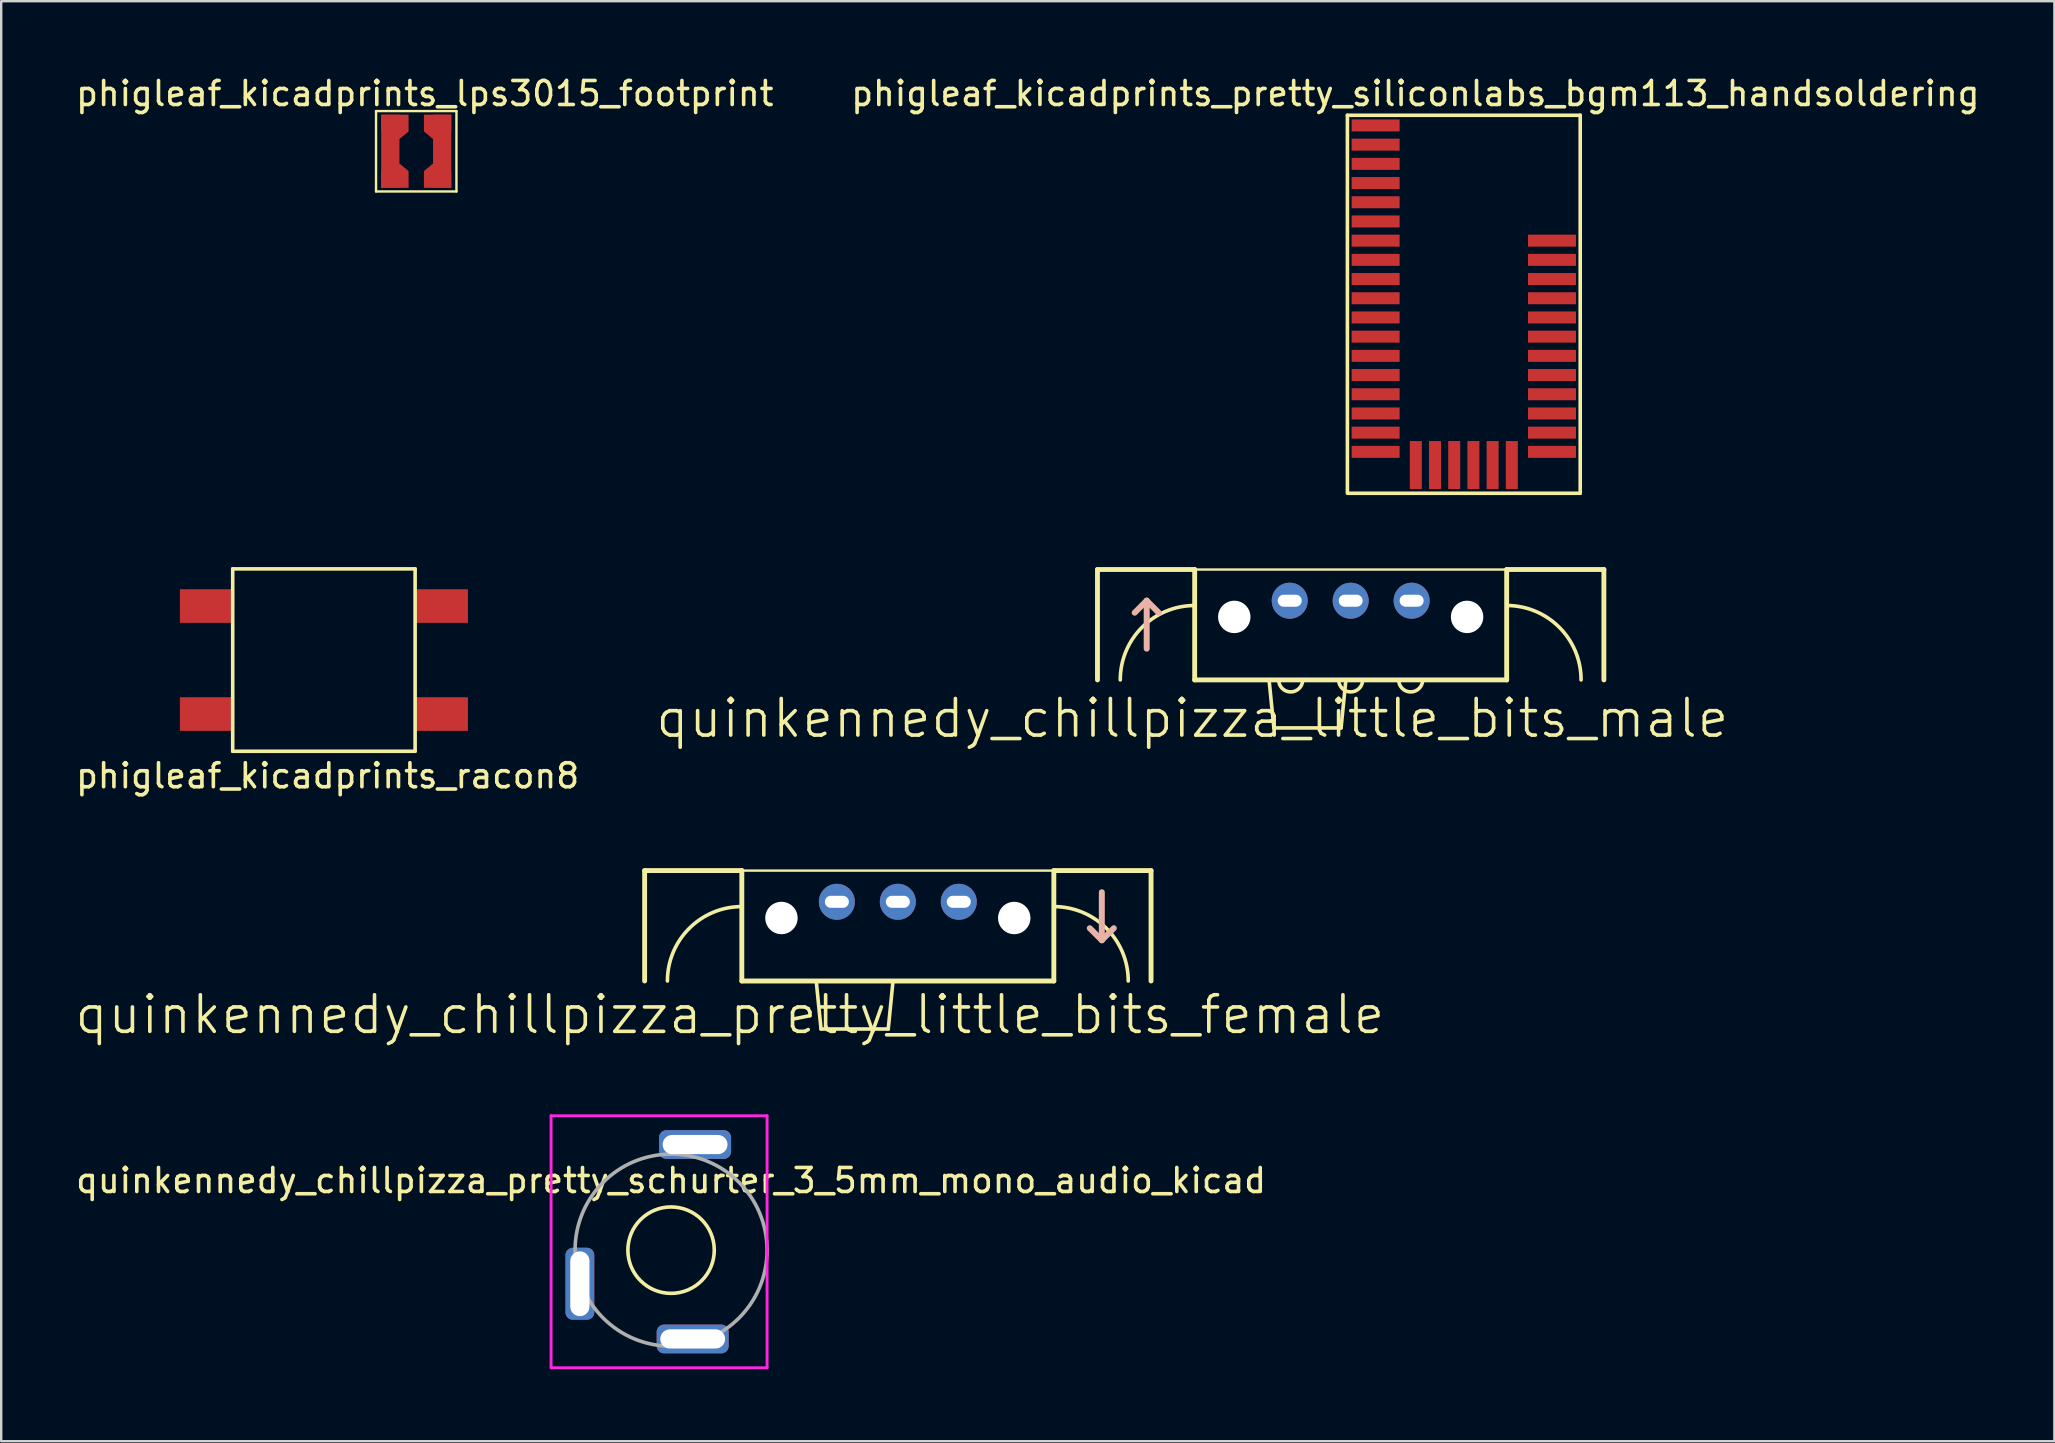
<source format=kicad_pcb>
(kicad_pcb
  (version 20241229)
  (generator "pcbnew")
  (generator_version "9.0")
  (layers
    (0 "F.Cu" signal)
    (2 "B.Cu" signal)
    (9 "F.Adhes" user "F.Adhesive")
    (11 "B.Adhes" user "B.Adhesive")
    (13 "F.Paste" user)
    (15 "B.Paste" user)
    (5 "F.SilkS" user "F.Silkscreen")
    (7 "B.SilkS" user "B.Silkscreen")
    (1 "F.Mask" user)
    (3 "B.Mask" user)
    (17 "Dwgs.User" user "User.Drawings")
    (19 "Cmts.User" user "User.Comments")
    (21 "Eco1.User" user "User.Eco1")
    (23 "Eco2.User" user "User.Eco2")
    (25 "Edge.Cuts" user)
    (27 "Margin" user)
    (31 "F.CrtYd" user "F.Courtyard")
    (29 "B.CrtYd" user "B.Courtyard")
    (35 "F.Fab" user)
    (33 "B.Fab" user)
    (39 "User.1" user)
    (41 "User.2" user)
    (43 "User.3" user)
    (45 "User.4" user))
  (footprint "phigleaf_kicadprints_lps3015_footprint"
    (layer "F.Cu")
    (at 14.293 3.253)
    (property "Reference" "phigleaf_kicadprints_lps3015_footprint" (at 0.356 -2.405 0) (layer "F.SilkS") (effects (font (size 1 1) (thickness 0.15))))
    (attr through_hole)
    (fp_line (start -1.675 -1.675) (end -1.675 1.675) (stroke (width 0.1) (type solid)) (layer "F.SilkS"))
    (fp_line (start -1.675 -1.675) (end 1.675 -1.675) (stroke (width 0.1) (type solid)) (layer "F.SilkS"))
    (fp_line (start -1.675 1.675) (end 1.675 1.675) (stroke (width 0.1) (type solid)) (layer "F.SilkS"))
    (fp_line (start 1.675 -1.675) (end 1.675 1.675) (stroke (width 0.1) (type solid)) (layer "F.SilkS"))
    (pad "1" smd rect (at -1.08 0) (size 0.76 3.05) (layers "F.Cu" "F.Mask" "F.Paste"))
    (pad "1" smd rect (at -0.89 -1.175) (size 1.14 0.7) (layers "F.Cu" "F.Mask" "F.Paste"))
    (pad "1" smd rect (at -0.89 1.175) (size 1.14 0.7) (layers "F.Cu" "F.Mask" "F.Paste"))
    (pad "1" smd rect (at -0.668 -0.857 39.657) (size 0.494 0.494) (layers "F.Cu" "F.Mask" "F.Paste"))
    (pad "1" smd rect (at -0.668 0.857 320.343) (size 0.494 0.494) (layers "F.Cu" "F.Mask" "F.Paste"))
    (pad "2" smd rect (at 0.668 -0.857 320.343) (size 0.494 0.494) (layers "F.Cu" "F.Mask" "F.Paste"))
    (pad "2" smd rect (at 0.668 0.857 39.657) (size 0.494 0.494) (layers "F.Cu" "F.Mask" "F.Paste"))
    (pad "2" smd rect (at 0.89 -1.175) (size 1.14 0.7) (layers "F.Cu" "F.Mask" "F.Paste"))
    (pad "2" smd rect (at 0.89 1.175) (size 1.14 0.7) (layers "F.Cu" "F.Mask" "F.Paste"))
    (pad "2" smd rect (at 1.08 0) (size 0.76 3.05) (layers "F.Cu" "F.Mask" "F.Paste")))
  (footprint "phigleaf_kicadprints_pretty_siliconlabs_bgm113_handsoldering"
    (layer "F.Cu")
    (at 57.941 8.977)
    (property "Reference" "phigleaf_kicadprints_pretty_siliconlabs_bgm113_handsoldering" (at -2.018 -8.129 0) (layer "F.SilkS") (effects (font (size 1 1) (thickness 0.15))))
    (attr through_hole)
    (fp_line (start -4.85 -7.225) (end -4.85 8.474) (stroke (width 0.15) (type solid)) (layer "F.SilkS"))
    (fp_line (start -4.85 -7.225) (end 4.85 -7.225) (stroke (width 0.15) (type solid)) (layer "F.SilkS"))
    (fp_line (start -4.85 8.525) (end 4.85 8.525) (stroke (width 0.15) (type solid)) (layer "F.SilkS"))
    (fp_line (start 4.85 -7.225) (end 4.85 8.525) (stroke (width 0.15) (type solid)) (layer "F.SilkS"))
    (pad "1" smd rect (at -3.675 -6.8) (size 2 0.5) (layers "F.Cu" "F.Mask" "F.Paste"))
    (pad "2" smd rect (at -3.675 -6) (size 2 0.5) (layers "F.Cu" "F.Mask" "F.Paste"))
    (pad "3" smd rect (at -3.675 -5.2) (size 2 0.5) (layers "F.Cu" "F.Mask" "F.Paste"))
    (pad "4" smd rect (at -3.675 -4.4) (size 2 0.5) (layers "F.Cu" "F.Mask" "F.Paste"))
    (pad "5" smd rect (at -3.675 -3.6) (size 2 0.5) (layers "F.Cu" "F.Mask" "F.Paste"))
    (pad "6" smd rect (at -3.675 -2.8) (size 2 0.5) (layers "F.Cu" "F.Mask" "F.Paste"))
    (pad "7" smd rect (at -3.675 -2) (size 2 0.5) (layers "F.Cu" "F.Mask" "F.Paste"))
    (pad "8" smd rect (at -3.675 -1.2) (size 2 0.5) (layers "F.Cu" "F.Mask" "F.Paste"))
    (pad "9" smd rect (at -3.675 -0.4) (size 2 0.5) (layers "F.Cu" "F.Mask" "F.Paste"))
    (pad "10" smd rect (at -3.675 0.4) (size 2 0.5) (layers "F.Cu" "F.Mask" "F.Paste"))
    (pad "11" smd rect (at -3.675 1.2) (size 2 0.5) (layers "F.Cu" "F.Mask" "F.Paste"))
    (pad "12" smd rect (at -3.675 2) (size 2 0.5) (layers "F.Cu" "F.Mask" "F.Paste"))
    (pad "13" smd rect (at -3.675 2.8) (size 2 0.5) (layers "F.Cu" "F.Mask" "F.Paste"))
    (pad "14" smd rect (at -3.675 3.6) (size 2 0.5) (layers "F.Cu" "F.Mask" "F.Paste"))
    (pad "15" smd rect (at -3.675 4.4) (size 2 0.5) (layers "F.Cu" "F.Mask" "F.Paste"))
    (pad "16" smd rect (at -3.675 5.2) (size 2 0.5) (layers "F.Cu" "F.Mask" "F.Paste"))
    (pad "17" smd rect (at -3.675 6) (size 2 0.5) (layers "F.Cu" "F.Mask" "F.Paste"))
    (pad "18" smd rect (at -3.675 6.8) (size 2 0.5) (layers "F.Cu" "F.Mask" "F.Paste"))
    (pad "19" smd rect (at -2 7.35 90) (size 2 0.5) (layers "F.Cu" "F.Mask" "F.Paste"))
    (pad "20" smd rect (at -1.2 7.35 90) (size 2 0.5) (layers "F.Cu" "F.Mask" "F.Paste"))
    (pad "21" smd rect (at -0.4 7.35 90) (size 2 0.5) (layers "F.Cu" "F.Mask" "F.Paste"))
    (pad "22" smd rect (at 0.4 7.35 90) (size 2 0.5) (layers "F.Cu" "F.Mask" "F.Paste"))
    (pad "23" smd rect (at 1.2 7.35 90) (size 2 0.5) (layers "F.Cu" "F.Mask" "F.Paste"))
    (pad "24" smd rect (at 2 7.35 90) (size 2 0.5) (layers "F.Cu" "F.Mask" "F.Paste"))
    (pad "25" smd rect (at 3.675 6.8) (size 2 0.5) (layers "F.Cu" "F.Mask" "F.Paste"))
    (pad "26" smd rect (at 3.675 6) (size 2 0.5) (layers "F.Cu" "F.Mask" "F.Paste"))
    (pad "27" smd rect (at 3.675 5.2) (size 2 0.5) (layers "F.Cu" "F.Mask" "F.Paste"))
    (pad "28" smd rect (at 3.675 4.4) (size 2 0.5) (layers "F.Cu" "F.Mask" "F.Paste"))
    (pad "29" smd rect (at 3.675 3.6) (size 2 0.5) (layers "F.Cu" "F.Mask" "F.Paste"))
    (pad "30" smd rect (at 3.675 2.8) (size 2 0.5) (layers "F.Cu" "F.Mask" "F.Paste"))
    (pad "31" smd rect (at 3.675 2) (size 2 0.5) (layers "F.Cu" "F.Mask" "F.Paste"))
    (pad "32" smd rect (at 3.675 1.2) (size 2 0.5) (layers "F.Cu" "F.Mask" "F.Paste"))
    (pad "33" smd rect (at 3.675 0.4) (size 2 0.5) (layers "F.Cu" "F.Mask" "F.Paste"))
    (pad "34" smd rect (at 3.675 -0.4) (size 2 0.5) (layers "F.Cu" "F.Mask" "F.Paste"))
    (pad "35" smd rect (at 3.675 -1.2) (size 2 0.5) (layers "F.Cu" "F.Mask" "F.Paste"))
    (pad "36" smd rect (at 3.675 -2) (size 2 0.5) (layers "F.Cu" "F.Mask" "F.Paste")))
  (footprint "quinkennedy_chillpizza_pretty_schurter_3_5mm_mono_audio_kicad"
    (layer "F.Cu")
    (at 24.911 49.039)
    (property "Reference" "quinkennedy_chillpizza_pretty_schurter_3_5mm_mono_audio_kicad" (at 0 -2.9 0) (layer "F.SilkS") (effects (font (size 1 1) (thickness 0.15))))
    (attr through_hole)
    (fp_circle (center 0 0) (end 1.8 0) (stroke (width 0.15) (type solid)) (fill no) (layer "F.SilkS"))
    (fp_line (start -5 -5.6) (end 4 -5.6) (stroke (width 0.12) (type solid)) (layer "F.CrtYd"))
    (fp_line (start -5 4.9) (end -5 -5.6) (stroke (width 0.12) (type solid)) (layer "F.CrtYd"))
    (fp_line (start 4 -5.6) (end 4 4.9) (stroke (width 0.12) (type solid)) (layer "F.CrtYd"))
    (fp_line (start 4 4.9) (end -5 4.9) (stroke (width 0.12) (type solid)) (layer "F.CrtYd"))
    (fp_circle (center 0 0) (end 4 0) (stroke (width 0.15) (type solid)) (fill no) (layer "F.Fab"))
    (pad "S" thru_hole roundrect (at 0.9 3.7) (size 3 1.2) (drill oval 2.7 0.8) (layers "*.Cu" "*.Mask") (roundrect_rratio 0.25))
    (pad "T" thru_hole roundrect (at 1 -4.4) (size 3 1.2) (drill oval 2.7 0.8) (layers "*.Cu" "*.Mask") (roundrect_rratio 0.25))
    (pad "TN" thru_hole roundrect (at -3.8 1.4 90) (size 3 1.2) (drill oval 2.7 0.8) (layers "*.Cu" "*.Mask") (roundrect_rratio 0.25)))
  (footprint "phigleaf_kicadprints_racon8"
    (layer "F.Cu")
    (at 10.446 24.452)
    (property "Reference" "phigleaf_kicadprints_racon8" (at 0.155 4.822 0) (layer "F.SilkS") (effects (font (size 1 1) (thickness 0.15))))
    (attr through_hole)
    (fp_line (start -3.8 -3.8) (end -3.8 3.8) (stroke (width 0.15) (type solid)) (layer "F.SilkS"))
    (fp_line (start -3.8 -3.8) (end 3.8 -3.8) (stroke (width 0.15) (type solid)) (layer "F.SilkS"))
    (fp_line (start -3.8 3.8) (end 3.8 3.8) (stroke (width 0.15) (type solid)) (layer "F.SilkS"))
    (fp_line (start 3.8 -3.8) (end 3.8 3.8) (stroke (width 0.15) (type solid)) (layer "F.SilkS"))
    (pad "1" smd rect (at -4.9 -2.25) (size 2.2 1.4) (layers "F.Cu" "F.Mask" "F.Paste"))
    (pad "1" smd rect (at 4.9 -2.25) (size 2.2 1.4) (layers "F.Cu" "F.Mask" "F.Paste"))
    (pad "2" smd rect (at -4.9 2.25) (size 2.2 1.4) (layers "F.Cu" "F.Mask" "F.Paste"))
    (pad "2" smd rect (at 4.9 2.25) (size 2.2 1.4) (layers "F.Cu" "F.Mask" "F.Paste")))
  (footprint "quinkennedy_chillpizza_pretty_little_bits_female"
    (layer "F.Cu")
    (at 34.359 37.824)
    (property "Reference" "quinkennedy_chillpizza_pretty_little_bits_female" (at -7 1.4 0) (layer "F.SilkS") (effects (font (size 1.524 1.524) (thickness 0.15))))
    (attr smd)
    (fp_line (start -10.55 -4.6) (end -10.55 0) (stroke (width 0.203) (type solid)) (layer "F.SilkS"))
    (fp_line (start -10.55 -4.6) (end 10.55 -4.6) (stroke (width 0.1) (type solid)) (layer "F.SilkS"))
    (fp_line (start -6.5 -4.6) (end -10.55 -4.6) (stroke (width 0.203) (type solid)) (layer "F.SilkS"))
    (fp_line (start -6.5 -4.6) (end -6.5 0) (stroke (width 0.203) (type solid)) (layer "F.SilkS"))
    (fp_line (start -3.2 2) (end -3.4 0) (stroke (width 0.15) (type solid)) (layer "F.SilkS"))
    (fp_line (start -0.4 2) (end -3.2 2) (stroke (width 0.15) (type solid)) (layer "F.SilkS"))
    (fp_line (start -0.2 0) (end -0.4 2) (stroke (width 0.15) (type solid)) (layer "F.SilkS"))
    (fp_line (start 6.5 0) (end -6.5 0) (stroke (width 0.203) (type solid)) (layer "F.SilkS"))
    (fp_line (start 6.5 0) (end 6.5 -4.6) (stroke (width 0.203) (type solid)) (layer "F.SilkS"))
    (fp_line (start 10.55 -4.6) (end 6.5 -4.6) (stroke (width 0.203) (type solid)) (layer "F.SilkS"))
    (fp_line (start 10.55 -4.6) (end 10.55 0) (stroke (width 0.203) (type solid)) (layer "F.SilkS"))
    (fp_arc (start -9.6 0) (mid -8.692031 -2.192031) (end -6.5 -3.1) (stroke (width 0.15) (type solid)) (layer "F.SilkS"))
    (fp_arc (start 6.5 -3.1) (mid 8.692031 -2.192031) (end 9.6 0) (stroke (width 0.15) (type solid)) (layer "F.SilkS"))
    (fp_line (start 8.499 -1.699) (end 7.998 -2.199) (stroke (width 0.249) (type solid)) (layer "B.SilkS"))
    (fp_line (start 8.499 -1.699) (end 8.499 -3.698) (stroke (width 0.249) (type solid)) (layer "B.SilkS"))
    (fp_line (start 8.999 -2.199) (end 8.499 -1.699) (stroke (width 0.249) (type solid)) (layer "B.SilkS"))
    (pad "" np_thru_hole circle (at -4.85 -2.625) (size 1.35 1.35) (drill 1.35) (layers "*.Cu" "*.Mask"))
    (pad "" np_thru_hole circle (at 4.85 -2.625) (size 1.35 1.35) (drill 1.35) (layers "*.Cu" "*.Mask"))
    (pad "SIG" thru_hole circle (at 0 -3.3) (size 1.5 1.5) (drill oval 1 0.5) (layers "*.Cu" "*.Mask"))
    (pad "V+" thru_hole circle (at 2.54 -3.3) (size 1.5 1.5) (drill oval 1 0.5) (layers "*.Cu" "*.Mask"))
    (pad "V-" thru_hole circle (at -2.54 -3.3) (size 1.5 1.5) (drill oval 1 0.5) (layers "*.Cu" "*.Mask")))
  (footprint "quinkennedy_chillpizza_little_bits_male"
    (layer "F.Cu")
    (at 53.227 25.279)
    (property "Reference" "quinkennedy_chillpizza_little_bits_male" (at -6.6 1.6 0) (layer "F.SilkS") (effects (font (size 1.524 1.524) (thickness 0.15))))
    (attr smd)
    (fp_line (start -10.55 -4.6) (end -10.55 0) (stroke (width 0.203) (type solid)) (layer "F.SilkS"))
    (fp_line (start -10.55 -4.6) (end 10.55 -4.6) (stroke (width 0.1) (type solid)) (layer "F.SilkS"))
    (fp_line (start -6.5 -4.6) (end -10.55 -4.6) (stroke (width 0.203) (type solid)) (layer "F.SilkS"))
    (fp_line (start -6.5 -4.6) (end -6.5 0) (stroke (width 0.203) (type solid)) (layer "F.SilkS"))
    (fp_line (start -3.2 2) (end -3.4 0) (stroke (width 0.15) (type solid)) (layer "F.SilkS"))
    (fp_line (start -0.4 2) (end -3.2 2) (stroke (width 0.15) (type solid)) (layer "F.SilkS"))
    (fp_line (start -0.2 0) (end -0.4 2) (stroke (width 0.15) (type solid)) (layer "F.SilkS"))
    (fp_line (start 6.5 0) (end -6.5 0) (stroke (width 0.203) (type solid)) (layer "F.SilkS"))
    (fp_line (start 6.5 0) (end 6.5 -4.6) (stroke (width 0.203) (type solid)) (layer "F.SilkS"))
    (fp_line (start 10.55 -4.6) (end 6.5 -4.6) (stroke (width 0.203) (type solid)) (layer "F.SilkS"))
    (fp_line (start 10.55 -4.6) (end 10.55 0) (stroke (width 0.203) (type solid)) (layer "F.SilkS"))
    (fp_arc (start -9.6 0) (mid -8.692031 -2.192031) (end -6.5 -3.1) (stroke (width 0.15) (type solid)) (layer "F.SilkS"))
    (fp_arc (start -2 0) (mid -2.5 0.5) (end -3 0) (stroke (width 0.15) (type solid)) (layer "F.SilkS"))
    (fp_arc (start 0.5 0) (mid 0 0.5) (end -0.5 0) (stroke (width 0.15) (type solid)) (layer "F.SilkS"))
    (fp_arc (start 3 0) (mid 2.5 0.5) (end 2 0) (stroke (width 0.15) (type solid)) (layer "F.SilkS"))
    (fp_arc (start 6.5 -3.1) (mid 8.692031 -2.192031) (end 9.6 0) (stroke (width 0.15) (type solid)) (layer "F.SilkS"))
    (fp_line (start -8.999 -2.801) (end -8.499 -3.301) (stroke (width 0.249) (type solid)) (layer "B.SilkS"))
    (fp_line (start -8.499 -3.301) (end -8.499 -1.302) (stroke (width 0.249) (type solid)) (layer "B.SilkS"))
    (fp_line (start -8.499 -3.301) (end -7.998 -2.801) (stroke (width 0.249) (type solid)) (layer "B.SilkS"))
    (pad "" np_thru_hole circle (at -4.85 -2.625) (size 1.35 1.35) (drill 1.35) (layers "*.Cu" "*.Mask"))
    (pad "" np_thru_hole circle (at 4.85 -2.625) (size 1.35 1.35) (drill 1.35) (layers "*.Cu" "*.Mask"))
    (pad "SIG" thru_hole circle (at 0 -3.3) (size 1.5 1.5) (drill oval 1 0.5) (layers "*.Cu" "*.Mask"))
    (pad "V+" thru_hole circle (at -2.54 -3.3) (size 1.5 1.5) (drill oval 1 0.5) (layers "*.Cu" "*.Mask"))
    (pad "V-" thru_hole circle (at 2.54 -3.3) (size 1.5 1.5) (drill oval 1 0.5) (layers "*.Cu" "*.Mask")))
  (gr_rect
    (start -3 -3)
    (end 82.548 56.999)
    (stroke (width 0.1) (type default))
    (fill no)
    (layer "Edge.Cuts")))
</source>
